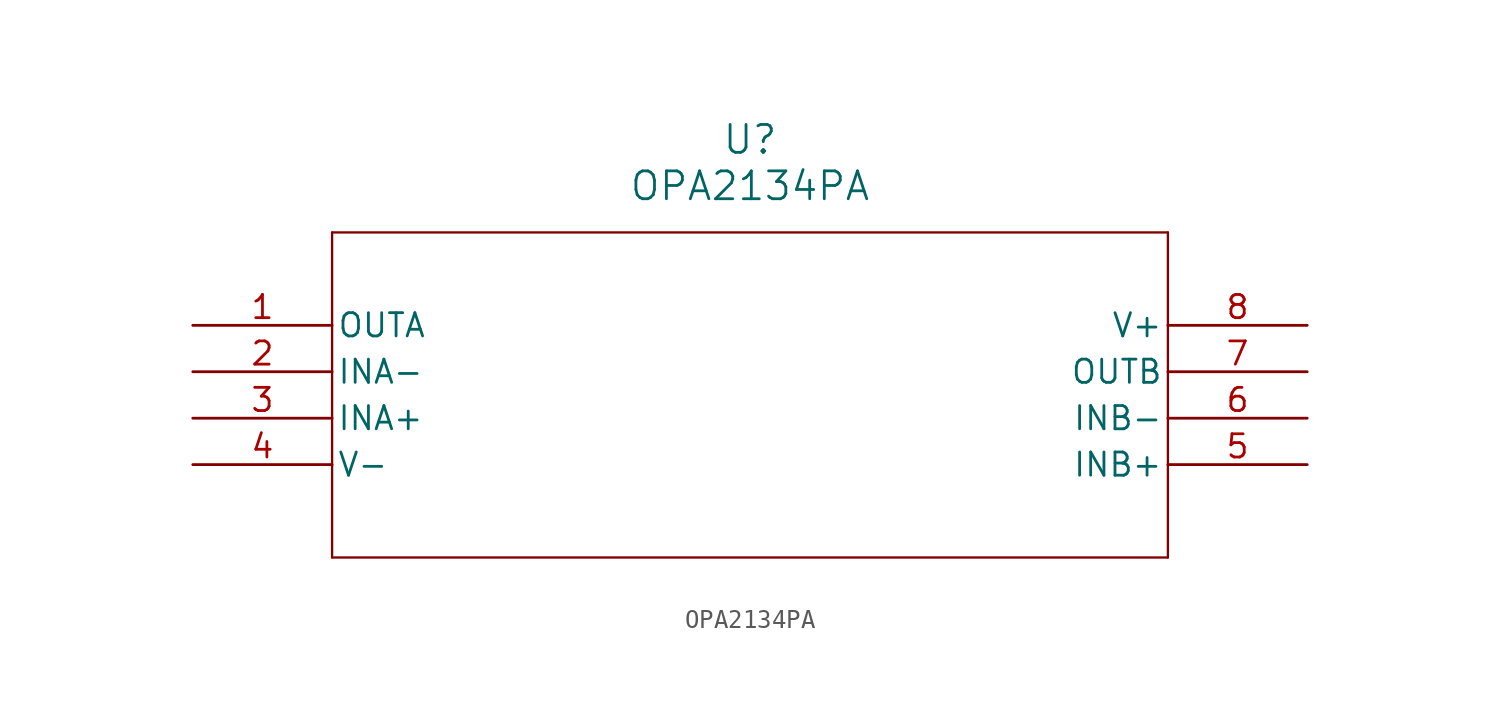
<source format=kicad_sym>
(kicad_symbol_lib
  (version 20211014)
  (generator kicad_symbol_editor)
  (symbol "OPA2134PA"
    (pin_names
      (offset 0.254))
    (property "Reference" "U"
      (at 30.48 10.16 0)
      (effects (font (size 1.524 1.524))))
    (property "Value" "OPA2134PA"
      (at 30.48 7.62 0)
      (effects (font (size 1.524 1.524))))
    (symbol "OPA2134PA_0_1"
      (polyline (pts (xy 7.62 5.08) (xy 7.62 -12.7)) (stroke (width 0.127) (type default) (color 0 0 0 0)) (fill (type none)))
      (polyline (pts (xy 7.62 -12.7) (xy 53.34 -12.7)) (stroke (width 0.127) (type default) (color 0 0 0 0)) (fill (type none)))
      (polyline (pts (xy 53.34 -12.7) (xy 53.34 5.08)) (stroke (width 0.127) (type default) (color 0 0 0 0)) (fill (type none)))
      (polyline (pts (xy 53.34 5.08) (xy 7.62 5.08)) (stroke (width 0.127) (type default) (color 0 0 0 0)) (fill (type none)))
      (pin output line (at 0 0 0) (length 7.62) (name "OUTA" (effects (font (size 1.27 1.27)))) (number "1" (effects (font (size 1.27 1.27)))))
      (pin input line (at 0 -2.54 0) (length 7.62) (name "INA-" (effects (font (size 1.27 1.27)))) (number "2" (effects (font (size 1.27 1.27)))))
      (pin input line (at 0 -5.08 0) (length 7.62) (name "INA+" (effects (font (size 1.27 1.27)))) (number "3" (effects (font (size 1.27 1.27)))))
      (pin power_in line (at 0 -7.62 0) (length 7.62) (name "V-" (effects (font (size 1.27 1.27)))) (number "4" (effects (font (size 1.27 1.27)))))
      (pin input line (at 60.96 -7.62 180) (length 7.62) (name "INB+" (effects (font (size 1.27 1.27)))) (number "5" (effects (font (size 1.27 1.27)))))
      (pin input line (at 60.96 -5.08 180) (length 7.62) (name "INB-" (effects (font (size 1.27 1.27)))) (number "6" (effects (font (size 1.27 1.27)))))
      (pin output line (at 60.96 -2.54 180) (length 7.62) (name "OUTB" (effects (font (size 1.27 1.27)))) (number "7" (effects (font (size 1.27 1.27)))))
      (pin power_in line (at 60.96 0 180) (length 7.62) (name "V+" (effects (font (size 1.27 1.27)))) (number "8" (effects (font (size 1.27 1.27))))))))
</source>
